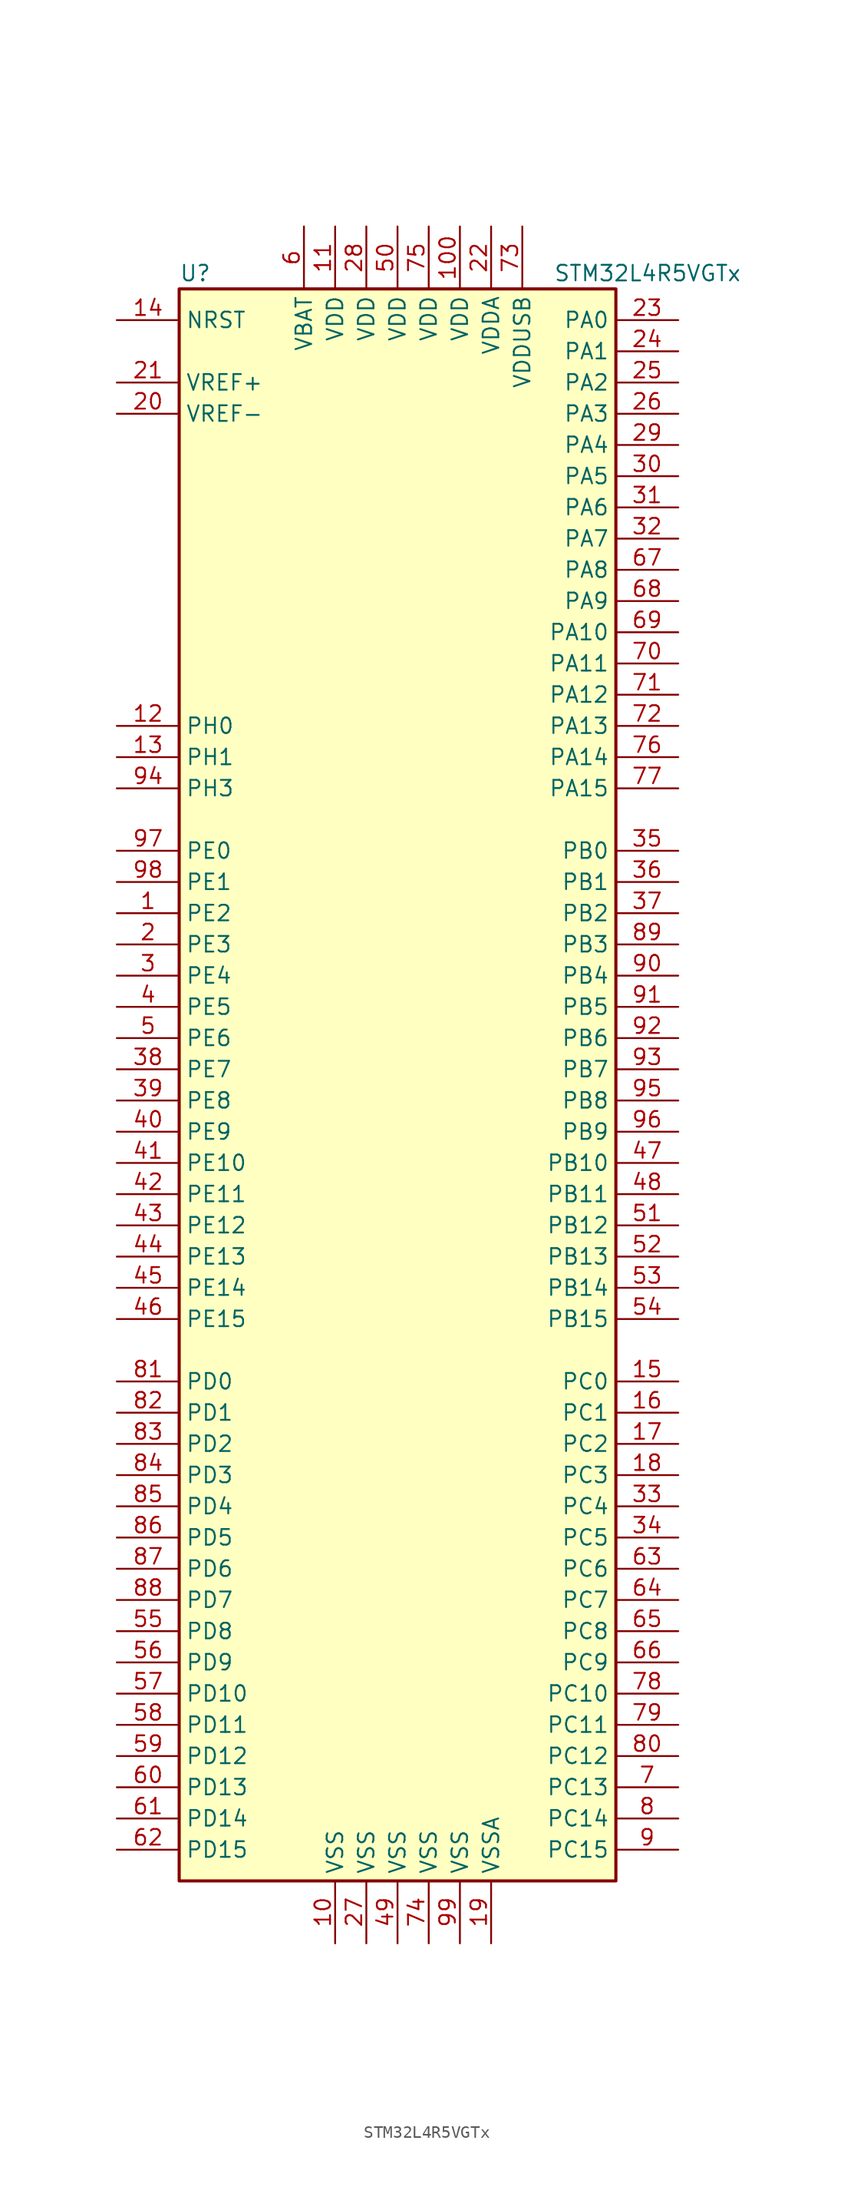
<source format=kicad_sym>
(kicad_symbol_lib
  (version 20201005)
  (generator kicad_symbol_editor)
  (symbol "MCU_ST_STM32L4+:STM32L4R5VGTx"
    (property "Reference" "U"
      (at -17.78 64.77 0)
      (effects (font (size 1.27 1.27)) (justify left)))
    (property "Value" "STM32L4R5VGTx"
      (at 12.7 64.77 0)
      (effects (font (size 1.27 1.27)) (justify left)))
    (symbol "STM32L4R5VGTx_0_1"
      (rectangle (start -17.78 -66.04) (end 17.78 63.5) (stroke (width 0.254)) (fill (type background))))
    (symbol "STM32L4R5VGTx_1_1"
      (pin input line (at -22.86 60.96 0) (length 5.08) (name "NRST" (effects (font (size 1.27 1.27)))) (number "14" (effects (font (size 1.27 1.27)))))
      (pin bidirectional line (at 22.86 60.96 180) (length 5.08) (name "PA0" (effects (font (size 1.27 1.27)))) (number "23" (effects (font (size 1.27 1.27)))))
      (pin bidirectional line (at 22.86 58.42 180) (length 5.08) (name "PA1" (effects (font (size 1.27 1.27)))) (number "24" (effects (font (size 1.27 1.27)))))
      (pin bidirectional line (at 22.86 35.56 180) (length 5.08) (name "PA10" (effects (font (size 1.27 1.27)))) (number "69" (effects (font (size 1.27 1.27)))))
      (pin bidirectional line (at 22.86 33.02 180) (length 5.08) (name "PA11" (effects (font (size 1.27 1.27)))) (number "70" (effects (font (size 1.27 1.27)))))
      (pin bidirectional line (at 22.86 30.48 180) (length 5.08) (name "PA12" (effects (font (size 1.27 1.27)))) (number "71" (effects (font (size 1.27 1.27)))))
      (pin bidirectional line (at 22.86 27.94 180) (length 5.08) (name "PA13" (effects (font (size 1.27 1.27)))) (number "72" (effects (font (size 1.27 1.27)))))
      (pin bidirectional line (at 22.86 25.4 180) (length 5.08) (name "PA14" (effects (font (size 1.27 1.27)))) (number "76" (effects (font (size 1.27 1.27)))))
      (pin bidirectional line (at 22.86 22.86 180) (length 5.08) (name "PA15" (effects (font (size 1.27 1.27)))) (number "77" (effects (font (size 1.27 1.27)))))
      (pin bidirectional line (at 22.86 55.88 180) (length 5.08) (name "PA2" (effects (font (size 1.27 1.27)))) (number "25" (effects (font (size 1.27 1.27)))))
      (pin bidirectional line (at 22.86 53.34 180) (length 5.08) (name "PA3" (effects (font (size 1.27 1.27)))) (number "26" (effects (font (size 1.27 1.27)))))
      (pin bidirectional line (at 22.86 50.8 180) (length 5.08) (name "PA4" (effects (font (size 1.27 1.27)))) (number "29" (effects (font (size 1.27 1.27)))))
      (pin bidirectional line (at 22.86 48.26 180) (length 5.08) (name "PA5" (effects (font (size 1.27 1.27)))) (number "30" (effects (font (size 1.27 1.27)))))
      (pin bidirectional line (at 22.86 45.72 180) (length 5.08) (name "PA6" (effects (font (size 1.27 1.27)))) (number "31" (effects (font (size 1.27 1.27)))))
      (pin bidirectional line (at 22.86 43.18 180) (length 5.08) (name "PA7" (effects (font (size 1.27 1.27)))) (number "32" (effects (font (size 1.27 1.27)))))
      (pin bidirectional line (at 22.86 40.64 180) (length 5.08) (name "PA8" (effects (font (size 1.27 1.27)))) (number "67" (effects (font (size 1.27 1.27)))))
      (pin bidirectional line (at 22.86 38.1 180) (length 5.08) (name "PA9" (effects (font (size 1.27 1.27)))) (number "68" (effects (font (size 1.27 1.27)))))
      (pin bidirectional line (at 22.86 17.78 180) (length 5.08) (name "PB0" (effects (font (size 1.27 1.27)))) (number "35" (effects (font (size 1.27 1.27)))))
      (pin bidirectional line (at 22.86 15.24 180) (length 5.08) (name "PB1" (effects (font (size 1.27 1.27)))) (number "36" (effects (font (size 1.27 1.27)))))
      (pin bidirectional line (at 22.86 -7.62 180) (length 5.08) (name "PB10" (effects (font (size 1.27 1.27)))) (number "47" (effects (font (size 1.27 1.27)))))
      (pin bidirectional line (at 22.86 -10.16 180) (length 5.08) (name "PB11" (effects (font (size 1.27 1.27)))) (number "48" (effects (font (size 1.27 1.27)))))
      (pin bidirectional line (at 22.86 -12.7 180) (length 5.08) (name "PB12" (effects (font (size 1.27 1.27)))) (number "51" (effects (font (size 1.27 1.27)))))
      (pin bidirectional line (at 22.86 -15.24 180) (length 5.08) (name "PB13" (effects (font (size 1.27 1.27)))) (number "52" (effects (font (size 1.27 1.27)))))
      (pin bidirectional line (at 22.86 -17.78 180) (length 5.08) (name "PB14" (effects (font (size 1.27 1.27)))) (number "53" (effects (font (size 1.27 1.27)))))
      (pin bidirectional line (at 22.86 -20.32 180) (length 5.08) (name "PB15" (effects (font (size 1.27 1.27)))) (number "54" (effects (font (size 1.27 1.27)))))
      (pin bidirectional line (at 22.86 12.7 180) (length 5.08) (name "PB2" (effects (font (size 1.27 1.27)))) (number "37" (effects (font (size 1.27 1.27)))))
      (pin bidirectional line (at 22.86 10.16 180) (length 5.08) (name "PB3" (effects (font (size 1.27 1.27)))) (number "89" (effects (font (size 1.27 1.27)))))
      (pin bidirectional line (at 22.86 7.62 180) (length 5.08) (name "PB4" (effects (font (size 1.27 1.27)))) (number "90" (effects (font (size 1.27 1.27)))))
      (pin bidirectional line (at 22.86 5.08 180) (length 5.08) (name "PB5" (effects (font (size 1.27 1.27)))) (number "91" (effects (font (size 1.27 1.27)))))
      (pin bidirectional line (at 22.86 2.54 180) (length 5.08) (name "PB6" (effects (font (size 1.27 1.27)))) (number "92" (effects (font (size 1.27 1.27)))))
      (pin bidirectional line (at 22.86 0 180) (length 5.08) (name "PB7" (effects (font (size 1.27 1.27)))) (number "93" (effects (font (size 1.27 1.27)))))
      (pin bidirectional line (at 22.86 -2.54 180) (length 5.08) (name "PB8" (effects (font (size 1.27 1.27)))) (number "95" (effects (font (size 1.27 1.27)))))
      (pin bidirectional line (at 22.86 -5.08 180) (length 5.08) (name "PB9" (effects (font (size 1.27 1.27)))) (number "96" (effects (font (size 1.27 1.27)))))
      (pin bidirectional line (at 22.86 -25.4 180) (length 5.08) (name "PC0" (effects (font (size 1.27 1.27)))) (number "15" (effects (font (size 1.27 1.27)))))
      (pin bidirectional line (at 22.86 -27.94 180) (length 5.08) (name "PC1" (effects (font (size 1.27 1.27)))) (number "16" (effects (font (size 1.27 1.27)))))
      (pin bidirectional line (at 22.86 -50.8 180) (length 5.08) (name "PC10" (effects (font (size 1.27 1.27)))) (number "78" (effects (font (size 1.27 1.27)))))
      (pin bidirectional line (at 22.86 -53.34 180) (length 5.08) (name "PC11" (effects (font (size 1.27 1.27)))) (number "79" (effects (font (size 1.27 1.27)))))
      (pin bidirectional line (at 22.86 -55.88 180) (length 5.08) (name "PC12" (effects (font (size 1.27 1.27)))) (number "80" (effects (font (size 1.27 1.27)))))
      (pin bidirectional line (at 22.86 -58.42 180) (length 5.08) (name "PC13" (effects (font (size 1.27 1.27)))) (number "7" (effects (font (size 1.27 1.27)))))
      (pin bidirectional line (at 22.86 -60.96 180) (length 5.08) (name "PC14" (effects (font (size 1.27 1.27)))) (number "8" (effects (font (size 1.27 1.27)))))
      (pin bidirectional line (at 22.86 -63.5 180) (length 5.08) (name "PC15" (effects (font (size 1.27 1.27)))) (number "9" (effects (font (size 1.27 1.27)))))
      (pin bidirectional line (at 22.86 -30.48 180) (length 5.08) (name "PC2" (effects (font (size 1.27 1.27)))) (number "17" (effects (font (size 1.27 1.27)))))
      (pin bidirectional line (at 22.86 -33.02 180) (length 5.08) (name "PC3" (effects (font (size 1.27 1.27)))) (number "18" (effects (font (size 1.27 1.27)))))
      (pin bidirectional line (at 22.86 -35.56 180) (length 5.08) (name "PC4" (effects (font (size 1.27 1.27)))) (number "33" (effects (font (size 1.27 1.27)))))
      (pin bidirectional line (at 22.86 -38.1 180) (length 5.08) (name "PC5" (effects (font (size 1.27 1.27)))) (number "34" (effects (font (size 1.27 1.27)))))
      (pin bidirectional line (at 22.86 -40.64 180) (length 5.08) (name "PC6" (effects (font (size 1.27 1.27)))) (number "63" (effects (font (size 1.27 1.27)))))
      (pin bidirectional line (at 22.86 -43.18 180) (length 5.08) (name "PC7" (effects (font (size 1.27 1.27)))) (number "64" (effects (font (size 1.27 1.27)))))
      (pin bidirectional line (at 22.86 -45.72 180) (length 5.08) (name "PC8" (effects (font (size 1.27 1.27)))) (number "65" (effects (font (size 1.27 1.27)))))
      (pin bidirectional line (at 22.86 -48.26 180) (length 5.08) (name "PC9" (effects (font (size 1.27 1.27)))) (number "66" (effects (font (size 1.27 1.27)))))
      (pin bidirectional line (at -22.86 -25.4 0) (length 5.08) (name "PD0" (effects (font (size 1.27 1.27)))) (number "81" (effects (font (size 1.27 1.27)))))
      (pin bidirectional line (at -22.86 -27.94 0) (length 5.08) (name "PD1" (effects (font (size 1.27 1.27)))) (number "82" (effects (font (size 1.27 1.27)))))
      (pin bidirectional line (at -22.86 -50.8 0) (length 5.08) (name "PD10" (effects (font (size 1.27 1.27)))) (number "57" (effects (font (size 1.27 1.27)))))
      (pin bidirectional line (at -22.86 -53.34 0) (length 5.08) (name "PD11" (effects (font (size 1.27 1.27)))) (number "58" (effects (font (size 1.27 1.27)))))
      (pin bidirectional line (at -22.86 -55.88 0) (length 5.08) (name "PD12" (effects (font (size 1.27 1.27)))) (number "59" (effects (font (size 1.27 1.27)))))
      (pin bidirectional line (at -22.86 -58.42 0) (length 5.08) (name "PD13" (effects (font (size 1.27 1.27)))) (number "60" (effects (font (size 1.27 1.27)))))
      (pin bidirectional line (at -22.86 -60.96 0) (length 5.08) (name "PD14" (effects (font (size 1.27 1.27)))) (number "61" (effects (font (size 1.27 1.27)))))
      (pin bidirectional line (at -22.86 -63.5 0) (length 5.08) (name "PD15" (effects (font (size 1.27 1.27)))) (number "62" (effects (font (size 1.27 1.27)))))
      (pin bidirectional line (at -22.86 -30.48 0) (length 5.08) (name "PD2" (effects (font (size 1.27 1.27)))) (number "83" (effects (font (size 1.27 1.27)))))
      (pin bidirectional line (at -22.86 -33.02 0) (length 5.08) (name "PD3" (effects (font (size 1.27 1.27)))) (number "84" (effects (font (size 1.27 1.27)))))
      (pin bidirectional line (at -22.86 -35.56 0) (length 5.08) (name "PD4" (effects (font (size 1.27 1.27)))) (number "85" (effects (font (size 1.27 1.27)))))
      (pin bidirectional line (at -22.86 -38.1 0) (length 5.08) (name "PD5" (effects (font (size 1.27 1.27)))) (number "86" (effects (font (size 1.27 1.27)))))
      (pin bidirectional line (at -22.86 -40.64 0) (length 5.08) (name "PD6" (effects (font (size 1.27 1.27)))) (number "87" (effects (font (size 1.27 1.27)))))
      (pin bidirectional line (at -22.86 -43.18 0) (length 5.08) (name "PD7" (effects (font (size 1.27 1.27)))) (number "88" (effects (font (size 1.27 1.27)))))
      (pin bidirectional line (at -22.86 -45.72 0) (length 5.08) (name "PD8" (effects (font (size 1.27 1.27)))) (number "55" (effects (font (size 1.27 1.27)))))
      (pin bidirectional line (at -22.86 -48.26 0) (length 5.08) (name "PD9" (effects (font (size 1.27 1.27)))) (number "56" (effects (font (size 1.27 1.27)))))
      (pin bidirectional line (at -22.86 17.78 0) (length 5.08) (name "PE0" (effects (font (size 1.27 1.27)))) (number "97" (effects (font (size 1.27 1.27)))))
      (pin bidirectional line (at -22.86 15.24 0) (length 5.08) (name "PE1" (effects (font (size 1.27 1.27)))) (number "98" (effects (font (size 1.27 1.27)))))
      (pin bidirectional line (at -22.86 -7.62 0) (length 5.08) (name "PE10" (effects (font (size 1.27 1.27)))) (number "41" (effects (font (size 1.27 1.27)))))
      (pin bidirectional line (at -22.86 -10.16 0) (length 5.08) (name "PE11" (effects (font (size 1.27 1.27)))) (number "42" (effects (font (size 1.27 1.27)))))
      (pin bidirectional line (at -22.86 -12.7 0) (length 5.08) (name "PE12" (effects (font (size 1.27 1.27)))) (number "43" (effects (font (size 1.27 1.27)))))
      (pin bidirectional line (at -22.86 -15.24 0) (length 5.08) (name "PE13" (effects (font (size 1.27 1.27)))) (number "44" (effects (font (size 1.27 1.27)))))
      (pin bidirectional line (at -22.86 -17.78 0) (length 5.08) (name "PE14" (effects (font (size 1.27 1.27)))) (number "45" (effects (font (size 1.27 1.27)))))
      (pin bidirectional line (at -22.86 -20.32 0) (length 5.08) (name "PE15" (effects (font (size 1.27 1.27)))) (number "46" (effects (font (size 1.27 1.27)))))
      (pin bidirectional line (at -22.86 12.7 0) (length 5.08) (name "PE2" (effects (font (size 1.27 1.27)))) (number "1" (effects (font (size 1.27 1.27)))))
      (pin bidirectional line (at -22.86 10.16 0) (length 5.08) (name "PE3" (effects (font (size 1.27 1.27)))) (number "2" (effects (font (size 1.27 1.27)))))
      (pin bidirectional line (at -22.86 7.62 0) (length 5.08) (name "PE4" (effects (font (size 1.27 1.27)))) (number "3" (effects (font (size 1.27 1.27)))))
      (pin bidirectional line (at -22.86 5.08 0) (length 5.08) (name "PE5" (effects (font (size 1.27 1.27)))) (number "4" (effects (font (size 1.27 1.27)))))
      (pin bidirectional line (at -22.86 2.54 0) (length 5.08) (name "PE6" (effects (font (size 1.27 1.27)))) (number "5" (effects (font (size 1.27 1.27)))))
      (pin bidirectional line (at -22.86 0 0) (length 5.08) (name "PE7" (effects (font (size 1.27 1.27)))) (number "38" (effects (font (size 1.27 1.27)))))
      (pin bidirectional line (at -22.86 -2.54 0) (length 5.08) (name "PE8" (effects (font (size 1.27 1.27)))) (number "39" (effects (font (size 1.27 1.27)))))
      (pin bidirectional line (at -22.86 -5.08 0) (length 5.08) (name "PE9" (effects (font (size 1.27 1.27)))) (number "40" (effects (font (size 1.27 1.27)))))
      (pin input line (at -22.86 27.94 0) (length 5.08) (name "PH0" (effects (font (size 1.27 1.27)))) (number "12" (effects (font (size 1.27 1.27)))))
      (pin input line (at -22.86 25.4 0) (length 5.08) (name "PH1" (effects (font (size 1.27 1.27)))) (number "13" (effects (font (size 1.27 1.27)))))
      (pin bidirectional line (at -22.86 22.86 0) (length 5.08) (name "PH3" (effects (font (size 1.27 1.27)))) (number "94" (effects (font (size 1.27 1.27)))))
      (pin power_in line (at -7.62 68.58 270) (length 5.08) (name "VBAT" (effects (font (size 1.27 1.27)))) (number "6" (effects (font (size 1.27 1.27)))))
      (pin power_in line (at 5.08 68.58 270) (length 5.08) (name "VDD" (effects (font (size 1.27 1.27)))) (number "100" (effects (font (size 1.27 1.27)))))
      (pin power_in line (at -5.08 68.58 270) (length 5.08) (name "VDD" (effects (font (size 1.27 1.27)))) (number "11" (effects (font (size 1.27 1.27)))))
      (pin power_in line (at -2.54 68.58 270) (length 5.08) (name "VDD" (effects (font (size 1.27 1.27)))) (number "28" (effects (font (size 1.27 1.27)))))
      (pin power_in line (at 0 68.58 270) (length 5.08) (name "VDD" (effects (font (size 1.27 1.27)))) (number "50" (effects (font (size 1.27 1.27)))))
      (pin power_in line (at 2.54 68.58 270) (length 5.08) (name "VDD" (effects (font (size 1.27 1.27)))) (number "75" (effects (font (size 1.27 1.27)))))
      (pin power_in line (at 7.62 68.58 270) (length 5.08) (name "VDDA" (effects (font (size 1.27 1.27)))) (number "22" (effects (font (size 1.27 1.27)))))
      (pin power_in line (at 10.16 68.58 270) (length 5.08) (name "VDDUSB" (effects (font (size 1.27 1.27)))) (number "73" (effects (font (size 1.27 1.27)))))
      (pin bidirectional line (at -22.86 55.88 0) (length 5.08) (name "VREF+" (effects (font (size 1.27 1.27)))) (number "21" (effects (font (size 1.27 1.27)))))
      (pin power_in line (at -22.86 53.34 0) (length 5.08) (name "VREF-" (effects (font (size 1.27 1.27)))) (number "20" (effects (font (size 1.27 1.27)))))
      (pin power_in line (at -5.08 -71.12 90) (length 5.08) (name "VSS" (effects (font (size 1.27 1.27)))) (number "10" (effects (font (size 1.27 1.27)))))
      (pin power_in line (at -2.54 -71.12 90) (length 5.08) (name "VSS" (effects (font (size 1.27 1.27)))) (number "27" (effects (font (size 1.27 1.27)))))
      (pin power_in line (at 0 -71.12 90) (length 5.08) (name "VSS" (effects (font (size 1.27 1.27)))) (number "49" (effects (font (size 1.27 1.27)))))
      (pin power_in line (at 2.54 -71.12 90) (length 5.08) (name "VSS" (effects (font (size 1.27 1.27)))) (number "74" (effects (font (size 1.27 1.27)))))
      (pin power_in line (at 5.08 -71.12 90) (length 5.08) (name "VSS" (effects (font (size 1.27 1.27)))) (number "99" (effects (font (size 1.27 1.27)))))
      (pin power_in line (at 7.62 -71.12 90) (length 5.08) (name "VSSA" (effects (font (size 1.27 1.27)))) (number "19" (effects (font (size 1.27 1.27))))))))
</source>
